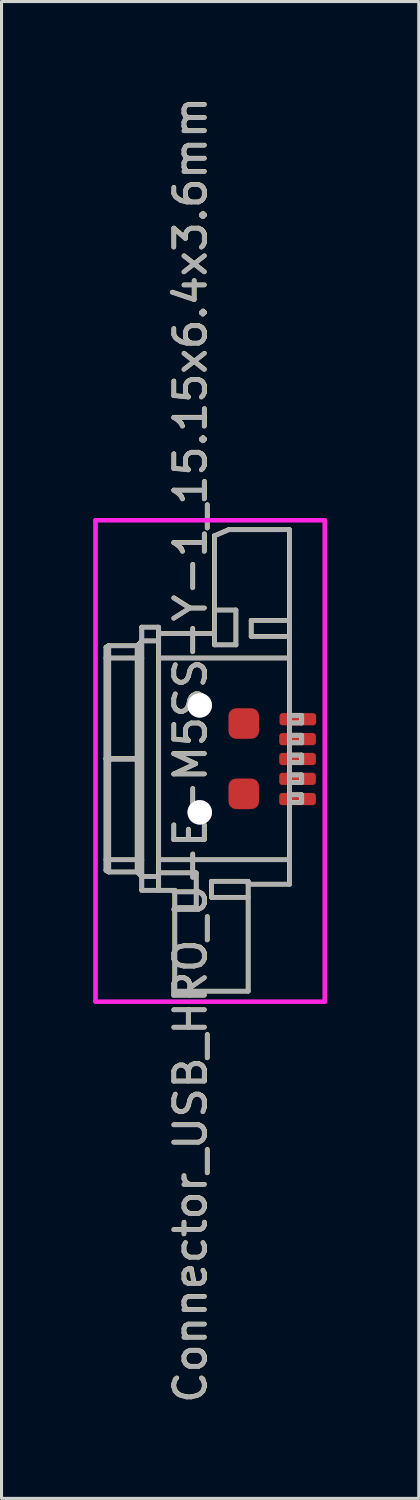
<source format=kicad_pcb>
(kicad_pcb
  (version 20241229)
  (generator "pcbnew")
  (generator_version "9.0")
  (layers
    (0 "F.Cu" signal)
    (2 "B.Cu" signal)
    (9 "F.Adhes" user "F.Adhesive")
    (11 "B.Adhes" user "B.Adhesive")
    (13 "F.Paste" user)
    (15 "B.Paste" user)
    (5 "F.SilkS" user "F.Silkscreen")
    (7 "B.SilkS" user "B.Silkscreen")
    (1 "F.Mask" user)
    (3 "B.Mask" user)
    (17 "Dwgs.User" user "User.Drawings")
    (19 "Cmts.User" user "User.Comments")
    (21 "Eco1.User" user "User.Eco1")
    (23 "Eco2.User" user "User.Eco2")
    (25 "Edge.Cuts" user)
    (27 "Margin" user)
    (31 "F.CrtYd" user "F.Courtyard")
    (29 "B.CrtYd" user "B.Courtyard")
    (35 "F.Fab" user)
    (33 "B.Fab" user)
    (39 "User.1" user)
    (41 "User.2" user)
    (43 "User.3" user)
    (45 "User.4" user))
  (footprint "Connector_USB_HRO_U-E-M5SS-Y-1_15.15x6.4x3.6mm"
    (layer "F.Cu")
    (at 4.075 18.972)
    (property "Reference" "Connector_USB_HRO_U-E-M5SS-Y-1_15.15x6.4x3.6mm" (at -0.89 2.51 90) (layer "F.SilkS") (effects (font (size 1 1) (thickness 0.15))))
    (attr smd)
    (fp_line (start -3.66 -0.496) (end -2.49 -0.496) (stroke (width 0.15) (type solid)) (layer "F.SilkS"))
    (fp_line (start -3.66 2.796) (end -2.695 2.796) (stroke (width 0.15) (type solid)) (layer "F.SilkS"))
    (fp_line (start -3.66 2.811) (end -2.695 2.811) (stroke (width 0.15) (type solid)) (layer "F.SilkS"))
    (fp_line (start -3.66 6.454) (end -3.66 -0.846) (stroke (width 0.15) (type solid)) (layer "F.SilkS"))
    (fp_line (start -3.66 6.454) (end -3.573 6.504) (stroke (width 0.15) (type solid)) (layer "F.SilkS"))
    (fp_line (start -3.573 -0.896) (end -3.66 -0.846) (stroke (width 0.15) (type solid)) (layer "F.SilkS"))
    (fp_line (start -3.573 -0.896) (end -3.573 2.796) (stroke (width 0.15) (type solid)) (layer "F.SilkS"))
    (fp_line (start -3.573 2.811) (end -3.573 6.504) (stroke (width 0.15) (type solid)) (layer "F.SilkS"))
    (fp_line (start -3.51 2.811) (end -3.51 2.796) (stroke (width 0.15) (type solid)) (layer "F.SilkS"))
    (fp_line (start -2.64 -0.896) (end -3.573 -0.896) (stroke (width 0.15) (type solid)) (layer "F.SilkS"))
    (fp_line (start -2.64 -0.896) (end -2.64 6.504) (stroke (width 0.15) (type solid)) (layer "F.SilkS"))
    (fp_line (start -2.64 6.504) (end -3.573 6.504) (stroke (width 0.15) (type solid)) (layer "F.SilkS"))
    (fp_line (start -2.64 6.504) (end -2.49 6.654) (stroke (width 0.15) (type solid)) (layer "F.SilkS"))
    (fp_line (start -2.49 -1.506) (end -2.49 7.104) (stroke (width 0.15) (type solid)) (layer "F.SilkS"))
    (fp_line (start -2.49 -1.056) (end -1.94 -1.056) (stroke (width 0.15) (type solid)) (layer "F.SilkS"))
    (fp_line (start -2.49 -1.046) (end -2.64 -0.896) (stroke (width 0.15) (type solid)) (layer "F.SilkS"))
    (fp_line (start -2.49 6.104) (end -3.66 6.104) (stroke (width 0.15) (type solid)) (layer "F.SilkS"))
    (fp_line (start -2.49 7.104) (end -1.41 7.104) (stroke (width 0.15) (type solid)) (layer "F.SilkS"))
    (fp_line (start -1.94 -1.506) (end -2.49 -1.506) (stroke (width 0.15) (type solid)) (layer "F.SilkS"))
    (fp_line (start -1.94 -0.496) (end 2.34 -0.496) (stroke (width 0.15) (type solid)) (layer "F.SilkS"))
    (fp_line (start -1.94 6.533) (end -0.71 6.533) (stroke (width 0.15) (type solid)) (layer "F.SilkS"))
    (fp_line (start -1.94 6.654) (end -2.49 6.654) (stroke (width 0.15) (type solid)) (layer "F.SilkS"))
    (fp_line (start -1.94 7.104) (end -1.94 -1.506) (stroke (width 0.15) (type solid)) (layer "F.SilkS"))
    (fp_line (start -1.41 7.104) (end -1.41 10.404) (stroke (width 0.15) (type solid)) (layer "F.SilkS"))
    (fp_line (start -0.71 7.674) (end -1.41 7.674) (stroke (width 0.15) (type solid)) (layer "F.SilkS"))
    (fp_line (start -0.71 7.674) (end -0.71 6.533) (stroke (width 0.15) (type solid)) (layer "F.SilkS"))
    (fp_line (start -0.21 6.81) (end -0.21 7.335) (stroke (width 0.15) (type solid)) (layer "F.SilkS"))
    (fp_line (start -0.21 6.81) (end 0.99 6.81) (stroke (width 0.15) (type solid)) (layer "F.SilkS"))
    (fp_line (start -0.11 -4.496) (end -0.11 -0.926) (stroke (width 0.15) (type solid)) (layer "F.SilkS"))
    (fp_line (start -0.11 -2.066) (end 0.59 -2.066) (stroke (width 0.15) (type solid)) (layer "F.SilkS"))
    (fp_line (start -0.11 -1.296) (end -1.94 -1.296) (stroke (width 0.15) (type solid)) (layer "F.SilkS"))
    (fp_line (start 0.357 -4.696) (end -0.11 -4.496) (stroke (width 0.15) (type solid)) (layer "F.SilkS"))
    (fp_line (start 0.59 -0.926) (end -0.11 -0.926) (stroke (width 0.15) (type solid)) (layer "F.SilkS"))
    (fp_line (start 0.59 -0.926) (end 0.59 -2.066) (stroke (width 0.15) (type solid)) (layer "F.SilkS"))
    (fp_line (start 0.99 6.81) (end 0.99 10.404) (stroke (width 0.15) (type solid)) (layer "F.SilkS"))
    (fp_line (start 0.99 7.335) (end -0.21 7.335) (stroke (width 0.15) (type solid)) (layer "F.SilkS"))
    (fp_line (start 0.99 10.404) (end -1.41 10.404) (stroke (width 0.15) (type solid)) (layer "F.SilkS"))
    (fp_line (start 1.09 -1.727) (end 1.09 -1.203) (stroke (width 0.15) (type solid)) (layer "F.SilkS"))
    (fp_line (start 1.09 -1.727) (end 2.34 -1.727) (stroke (width 0.15) (type solid)) (layer "F.SilkS"))
    (fp_line (start 2.34 -4.696) (end 0.357 -4.696) (stroke (width 0.15) (type solid)) (layer "F.SilkS"))
    (fp_line (start 2.34 -1.203) (end 1.09 -1.203) (stroke (width 0.15) (type solid)) (layer "F.SilkS"))
    (fp_line (start 2.34 1.629) (end 2.74 1.629) (stroke (width 0.15) (type solid)) (layer "F.SilkS"))
    (fp_line (start 2.34 2.279) (end 2.74 2.279) (stroke (width 0.15) (type solid)) (layer "F.SilkS"))
    (fp_line (start 2.34 2.929) (end 2.74 2.929) (stroke (width 0.15) (type solid)) (layer "F.SilkS"))
    (fp_line (start 2.34 3.579) (end 2.74 3.579) (stroke (width 0.15) (type solid)) (layer "F.SilkS"))
    (fp_line (start 2.34 4.229) (end 2.74 4.229) (stroke (width 0.15) (type solid)) (layer "F.SilkS"))
    (fp_line (start 2.34 6.104) (end -1.94 6.104) (stroke (width 0.15) (type solid)) (layer "F.SilkS"))
    (fp_line (start 2.34 6.904) (end 0.99 6.904) (stroke (width 0.15) (type solid)) (layer "F.SilkS"))
    (fp_line (start 2.34 6.904) (end 2.34 -4.696) (stroke (width 0.15) (type solid)) (layer "F.SilkS"))
    (fp_line (start 2.74 1.379) (end 2.34 1.379) (stroke (width 0.15) (type solid)) (layer "F.SilkS"))
    (fp_line (start 2.74 1.629) (end 2.74 1.379) (stroke (width 0.15) (type solid)) (layer "F.SilkS"))
    (fp_line (start 2.74 2.029) (end 2.34 2.029) (stroke (width 0.15) (type solid)) (layer "F.SilkS"))
    (fp_line (start 2.74 2.279) (end 2.74 2.029) (stroke (width 0.15) (type solid)) (layer "F.SilkS"))
    (fp_line (start 2.74 2.679) (end 2.34 2.679) (stroke (width 0.15) (type solid)) (layer "F.SilkS"))
    (fp_line (start 2.74 2.929) (end 2.74 2.679) (stroke (width 0.15) (type solid)) (layer "F.SilkS"))
    (fp_line (start 2.74 3.329) (end 2.34 3.329) (stroke (width 0.15) (type solid)) (layer "F.SilkS"))
    (fp_line (start 2.74 3.579) (end 2.74 3.329) (stroke (width 0.15) (type solid)) (layer "F.SilkS"))
    (fp_line (start 2.74 3.979) (end 2.34 3.979) (stroke (width 0.15) (type solid)) (layer "F.SilkS"))
    (fp_line (start 2.74 4.229) (end 2.74 3.979) (stroke (width 0.15) (type solid)) (layer "F.SilkS"))
    (fp_arc (start -2.63997 2.801319) (mid -2.667041 2.808744) (end -2.695 2.811245) (stroke (width 0.15) (type solid)) (layer "F.SilkS"))
    (fp_arc (start -2.639969 2.78519) (mid -2.666935 2.793454) (end -2.695 2.796245) (stroke (width 0.15) (type solid)) (layer "F.SilkS"))
    (fp_line (start -4 -5) (end 3.5 -5) (stroke (width 0.15) (type solid)) (layer "F.CrtYd"))
    (fp_line (start -4 10.75) (end -4 -5) (stroke (width 0.15) (type solid)) (layer "F.CrtYd"))
    (fp_line (start 3.5 -5) (end 3.5 10.75) (stroke (width 0.15) (type solid)) (layer "F.CrtYd"))
    (fp_line (start 3.5 10.75) (end -4 10.75) (stroke (width 0.15) (type solid)) (layer "F.CrtYd"))
    (fp_line (start -3.65 -0.49) (end -2.48 -0.49) (stroke (width 0.15) (type solid)) (layer "F.Fab"))
    (fp_line (start -3.65 2.803) (end -2.685 2.803) (stroke (width 0.15) (type solid)) (layer "F.Fab"))
    (fp_line (start -3.65 2.818) (end -2.685 2.818) (stroke (width 0.15) (type solid)) (layer "F.Fab"))
    (fp_line (start -3.65 6.46) (end -3.65 -0.84) (stroke (width 0.15) (type solid)) (layer "F.Fab"))
    (fp_line (start -3.65 6.46) (end -3.563 6.51) (stroke (width 0.15) (type solid)) (layer "F.Fab"))
    (fp_line (start -3.563 -0.89) (end -3.65 -0.84) (stroke (width 0.15) (type solid)) (layer "F.Fab"))
    (fp_line (start -3.563 -0.89) (end -3.563 2.803) (stroke (width 0.15) (type solid)) (layer "F.Fab"))
    (fp_line (start -3.563 2.818) (end -3.563 6.51) (stroke (width 0.15) (type solid)) (layer "F.Fab"))
    (fp_line (start -3.5 2.818) (end -3.5 2.803) (stroke (width 0.15) (type solid)) (layer "F.Fab"))
    (fp_line (start -2.633 2.362) (end -2.63 2.369) (stroke (width 0.15) (type solid)) (layer "F.Fab"))
    (fp_line (start -2.63 -0.89) (end -3.563 -0.89) (stroke (width 0.15) (type solid)) (layer "F.Fab"))
    (fp_line (start -2.63 -0.89) (end -2.63 6.51) (stroke (width 0.15) (type solid)) (layer "F.Fab"))
    (fp_line (start -2.63 6.51) (end -3.563 6.51) (stroke (width 0.15) (type solid)) (layer "F.Fab"))
    (fp_line (start -2.63 6.51) (end -2.48 6.66) (stroke (width 0.15) (type solid)) (layer "F.Fab"))
    (fp_line (start -2.48 -1.5) (end -2.48 7.11) (stroke (width 0.15) (type solid)) (layer "F.Fab"))
    (fp_line (start -2.48 -1.05) (end -1.93 -1.05) (stroke (width 0.15) (type solid)) (layer "F.Fab"))
    (fp_line (start -2.48 -1.04) (end -2.63 -0.89) (stroke (width 0.15) (type solid)) (layer "F.Fab"))
    (fp_line (start -2.48 6.11) (end -3.65 6.11) (stroke (width 0.15) (type solid)) (layer "F.Fab"))
    (fp_line (start -2.48 7.11) (end -1.4 7.11) (stroke (width 0.15) (type solid)) (layer "F.Fab"))
    (fp_line (start -1.93 -1.5) (end -2.48 -1.5) (stroke (width 0.15) (type solid)) (layer "F.Fab"))
    (fp_line (start -1.93 -0.49) (end 2.35 -0.49) (stroke (width 0.15) (type solid)) (layer "F.Fab"))
    (fp_line (start -1.93 6.54) (end -0.7 6.54) (stroke (width 0.15) (type solid)) (layer "F.Fab"))
    (fp_line (start -1.93 6.66) (end -2.48 6.66) (stroke (width 0.15) (type solid)) (layer "F.Fab"))
    (fp_line (start -1.93 7.11) (end -1.93 -1.5) (stroke (width 0.15) (type solid)) (layer "F.Fab"))
    (fp_line (start -1.4 7.11) (end -1.4 10.41) (stroke (width 0.15) (type solid)) (layer "F.Fab"))
    (fp_line (start -0.7 7.68) (end -1.4 7.68) (stroke (width 0.15) (type solid)) (layer "F.Fab"))
    (fp_line (start -0.7 7.68) (end -0.7 6.54) (stroke (width 0.15) (type solid)) (layer "F.Fab"))
    (fp_line (start -0.2 6.817) (end -0.2 7.341) (stroke (width 0.15) (type solid)) (layer "F.Fab"))
    (fp_line (start -0.2 6.817) (end 1 6.817) (stroke (width 0.15) (type solid)) (layer "F.Fab"))
    (fp_line (start -0.1 -4.49) (end -0.1 -0.919) (stroke (width 0.15) (type solid)) (layer "F.Fab"))
    (fp_line (start -0.1 -2.06) (end 0.6 -2.06) (stroke (width 0.15) (type solid)) (layer "F.Fab"))
    (fp_line (start -0.1 -1.29) (end -1.93 -1.29) (stroke (width 0.15) (type solid)) (layer "F.Fab"))
    (fp_line (start 0.367 -4.69) (end -0.1 -4.49) (stroke (width 0.15) (type solid)) (layer "F.Fab"))
    (fp_line (start 0.6 -0.919) (end -0.1 -0.919) (stroke (width 0.15) (type solid)) (layer "F.Fab"))
    (fp_line (start 0.6 -0.919) (end 0.6 -2.06) (stroke (width 0.15) (type solid)) (layer "F.Fab"))
    (fp_line (start 1 6.817) (end 1 10.41) (stroke (width 0.15) (type solid)) (layer "F.Fab"))
    (fp_line (start 1 7.341) (end -0.2 7.341) (stroke (width 0.15) (type solid)) (layer "F.Fab"))
    (fp_line (start 1 10.41) (end -1.4 10.41) (stroke (width 0.15) (type solid)) (layer "F.Fab"))
    (fp_line (start 1.1 -1.721) (end 1.1 -1.196) (stroke (width 0.15) (type solid)) (layer "F.Fab"))
    (fp_line (start 1.1 -1.721) (end 2.35 -1.721) (stroke (width 0.15) (type solid)) (layer "F.Fab"))
    (fp_line (start 2.35 -4.69) (end 0.367 -4.69) (stroke (width 0.15) (type solid)) (layer "F.Fab"))
    (fp_line (start 2.35 -1.196) (end 1.1 -1.196) (stroke (width 0.15) (type solid)) (layer "F.Fab"))
    (fp_line (start 2.35 1.635) (end 2.75 1.635) (stroke (width 0.15) (type solid)) (layer "F.Fab"))
    (fp_line (start 2.35 2.285) (end 2.75 2.285) (stroke (width 0.15) (type solid)) (layer "F.Fab"))
    (fp_line (start 2.35 2.935) (end 2.75 2.935) (stroke (width 0.15) (type solid)) (layer "F.Fab"))
    (fp_line (start 2.35 3.585) (end 2.75 3.585) (stroke (width 0.15) (type solid)) (layer "F.Fab"))
    (fp_line (start 2.35 4.235) (end 2.75 4.235) (stroke (width 0.15) (type solid)) (layer "F.Fab"))
    (fp_line (start 2.35 6.11) (end -1.93 6.11) (stroke (width 0.15) (type solid)) (layer "F.Fab"))
    (fp_line (start 2.35 6.91) (end 1 6.91) (stroke (width 0.15) (type solid)) (layer "F.Fab"))
    (fp_line (start 2.35 6.91) (end 2.35 -4.69) (stroke (width 0.15) (type solid)) (layer "F.Fab"))
    (fp_line (start 2.75 1.385) (end 2.35 1.385) (stroke (width 0.15) (type solid)) (layer "F.Fab"))
    (fp_line (start 2.75 1.635) (end 2.75 1.385) (stroke (width 0.15) (type solid)) (layer "F.Fab"))
    (fp_line (start 2.75 2.035) (end 2.35 2.035) (stroke (width 0.15) (type solid)) (layer "F.Fab"))
    (fp_line (start 2.75 2.285) (end 2.75 2.035) (stroke (width 0.15) (type solid)) (layer "F.Fab"))
    (fp_line (start 2.75 2.685) (end 2.35 2.685) (stroke (width 0.15) (type solid)) (layer "F.Fab"))
    (fp_line (start 2.75 2.935) (end 2.75 2.685) (stroke (width 0.15) (type solid)) (layer "F.Fab"))
    (fp_line (start 2.75 3.335) (end 2.35 3.335) (stroke (width 0.15) (type solid)) (layer "F.Fab"))
    (fp_line (start 2.75 3.585) (end 2.75 3.335) (stroke (width 0.15) (type solid)) (layer "F.Fab"))
    (fp_line (start 2.75 3.985) (end 2.35 3.985) (stroke (width 0.15) (type solid)) (layer "F.Fab"))
    (fp_line (start 2.75 4.235) (end 2.75 3.985) (stroke (width 0.15) (type solid)) (layer "F.Fab"))
    (fp_arc (start -2.62997 2.80778) (mid -2.657041 2.815205) (end -2.685 2.817706) (stroke (width 0.15) (type solid)) (layer "F.Fab"))
    (fp_arc (start -2.629969 2.791651) (mid -2.656935 2.799915) (end -2.685 2.802706) (stroke (width 0.15) (type solid)) (layer "F.Fab"))
    (fp_text user "${REFERENCE}" (at -0.9 2.52 90) (layer "F.Fab") (effects (font (size 1 1) (thickness 0.15))))
    (pad "1" smd roundrect (at 2.61 4.12) (size 1.2 0.4) (layers "F.Cu" "F.Mask" "F.Paste") (roundrect_rratio 0.25))
    (pad "2" smd roundrect (at 2.61 3.46) (size 1.2 0.4) (layers "F.Cu" "F.Mask" "F.Paste") (roundrect_rratio 0.25))
    (pad "3" smd roundrect (at 2.61 2.81) (size 1.2 0.4) (layers "F.Cu" "F.Mask" "F.Paste") (roundrect_rratio 0.25))
    (pad "4" smd roundrect (at 2.61 2.16) (size 1.2 0.4) (layers "F.Cu" "F.Mask" "F.Paste") (roundrect_rratio 0.25))
    (pad "5" smd roundrect (at 2.62 1.51) (size 1.2 0.4) (layers "F.Cu" "F.Mask" "F.Paste") (roundrect_rratio 0.25))
    (pad "MP" thru_hole circle (at -0.59 1.056) (size 0.8 0.8) (drill 0.8) (layers "*.Cu" "*.Mask"))
    (pad "MP" thru_hole circle (at -0.59 4.556) (size 0.8 0.8) (drill 0.8) (layers "*.Cu" "*.Mask"))
    (pad "MP" smd roundrect (at 0.85 1.65) (size 1 1) (layers "F.Cu" "F.Mask" "F.Paste") (roundrect_rratio 0.25))
    (pad "MP" smd roundrect (at 0.85 3.95) (size 1 1) (layers "F.Cu" "F.Mask" "F.Paste") (roundrect_rratio 0.25)))
  (gr_rect
    (start -3 -3)
    (end 10.65 45.974)
    (stroke (width 0.1) (type default))
    (fill no)
    (layer "Edge.Cuts")))
</source>
